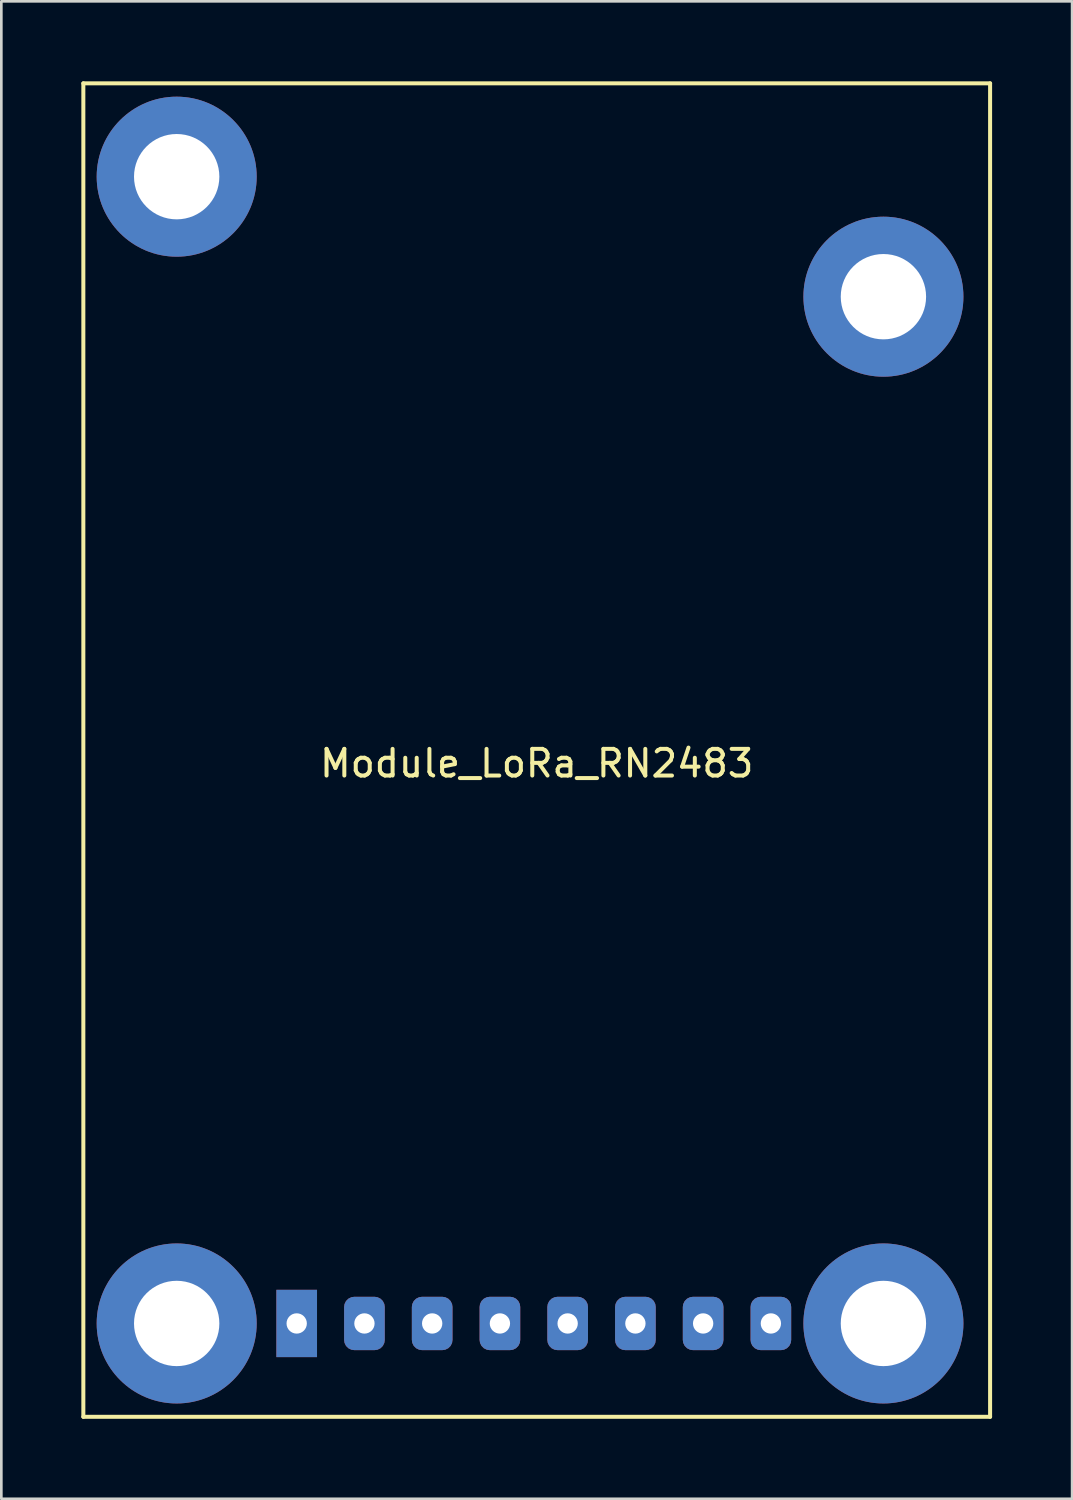
<source format=kicad_pcb>
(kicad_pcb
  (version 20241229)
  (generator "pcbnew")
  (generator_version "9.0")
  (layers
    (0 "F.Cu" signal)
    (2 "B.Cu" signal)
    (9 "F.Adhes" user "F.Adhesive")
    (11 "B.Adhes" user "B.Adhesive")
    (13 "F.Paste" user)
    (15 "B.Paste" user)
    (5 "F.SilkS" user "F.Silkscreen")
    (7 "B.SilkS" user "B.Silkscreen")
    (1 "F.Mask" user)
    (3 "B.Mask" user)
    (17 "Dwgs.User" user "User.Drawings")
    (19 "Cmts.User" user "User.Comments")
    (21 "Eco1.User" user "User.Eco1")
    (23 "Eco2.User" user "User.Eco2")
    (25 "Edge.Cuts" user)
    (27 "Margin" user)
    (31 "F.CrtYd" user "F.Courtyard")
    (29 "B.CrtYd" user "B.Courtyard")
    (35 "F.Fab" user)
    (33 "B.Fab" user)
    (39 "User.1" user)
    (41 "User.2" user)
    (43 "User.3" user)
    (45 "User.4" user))
  (footprint "Module_LoRa_RN2483"
    (layer "F.Cu")
    (at 8.075 46.575)
    (property "Reference" "Module_LoRa_RN2483" (at 9 -21 0) (layer "F.SilkS") (effects (font (size 1 1) (thickness 0.15))))
    (attr through_hole)
    (fp_line (start -8 -46.5) (end 26 -46.5) (stroke (width 0.15) (type solid)) (layer "F.SilkS"))
    (fp_line (start -8 3.5) (end -8 -46.5) (stroke (width 0.15) (type solid)) (layer "F.SilkS"))
    (fp_line (start 26 -46.5) (end 26 3.5) (stroke (width 0.15) (type solid)) (layer "F.SilkS"))
    (fp_line (start 26 3.5) (end -8 3.5) (stroke (width 0.15) (type solid)) (layer "F.SilkS"))
    (pad "" np_thru_hole circle (at -4.5 -43) (size 6 6) (drill 3.2) (layers "*.Cu" "*.Mask"))
    (pad "" np_thru_hole circle (at -4.5 0) (size 6 6) (drill 3.2) (layers "*.Cu" "*.Mask"))
    (pad "" np_thru_hole circle (at 22 -38.5) (size 6 6) (drill 3.2) (layers "*.Cu" "*.Mask"))
    (pad "" np_thru_hole circle (at 22 0) (size 6 6) (drill 3.2) (layers "*.Cu" "*.Mask"))
    (pad "1" thru_hole rect (at 0 0) (size 1.524 2.524) (drill 0.762) (layers "*.Cu" "*.Mask"))
    (pad "2" thru_hole roundrect (at 2.54 0) (size 1.524 2) (drill 0.762) (layers "*.Cu" "*.Mask") (roundrect_rratio 0.25))
    (pad "3" thru_hole roundrect (at 5.08 0) (size 1.524 2) (drill 0.762) (layers "*.Cu" "*.Mask") (roundrect_rratio 0.25))
    (pad "4" thru_hole roundrect (at 7.62 0) (size 1.524 2) (drill 0.762) (layers "*.Cu" "*.Mask") (roundrect_rratio 0.25))
    (pad "5" thru_hole roundrect (at 10.16 0) (size 1.524 2) (drill 0.762) (layers "*.Cu" "*.Mask") (roundrect_rratio 0.25))
    (pad "6" thru_hole roundrect (at 12.7 0) (size 1.524 2) (drill 0.762) (layers "*.Cu" "*.Mask") (roundrect_rratio 0.25))
    (pad "7" thru_hole roundrect (at 15.24 0) (size 1.524 2) (drill 0.762) (layers "*.Cu" "*.Mask") (roundrect_rratio 0.25))
    (pad "8" thru_hole roundrect (at 17.78 0) (size 1.524 2) (drill 0.762) (layers "*.Cu" "*.Mask") (roundrect_rratio 0.25)))
  (gr_rect
    (start -3 -3)
    (end 37.15 53.15)
    (stroke (width 0.1) (type default))
    (fill no)
    (layer "Edge.Cuts")))
</source>
